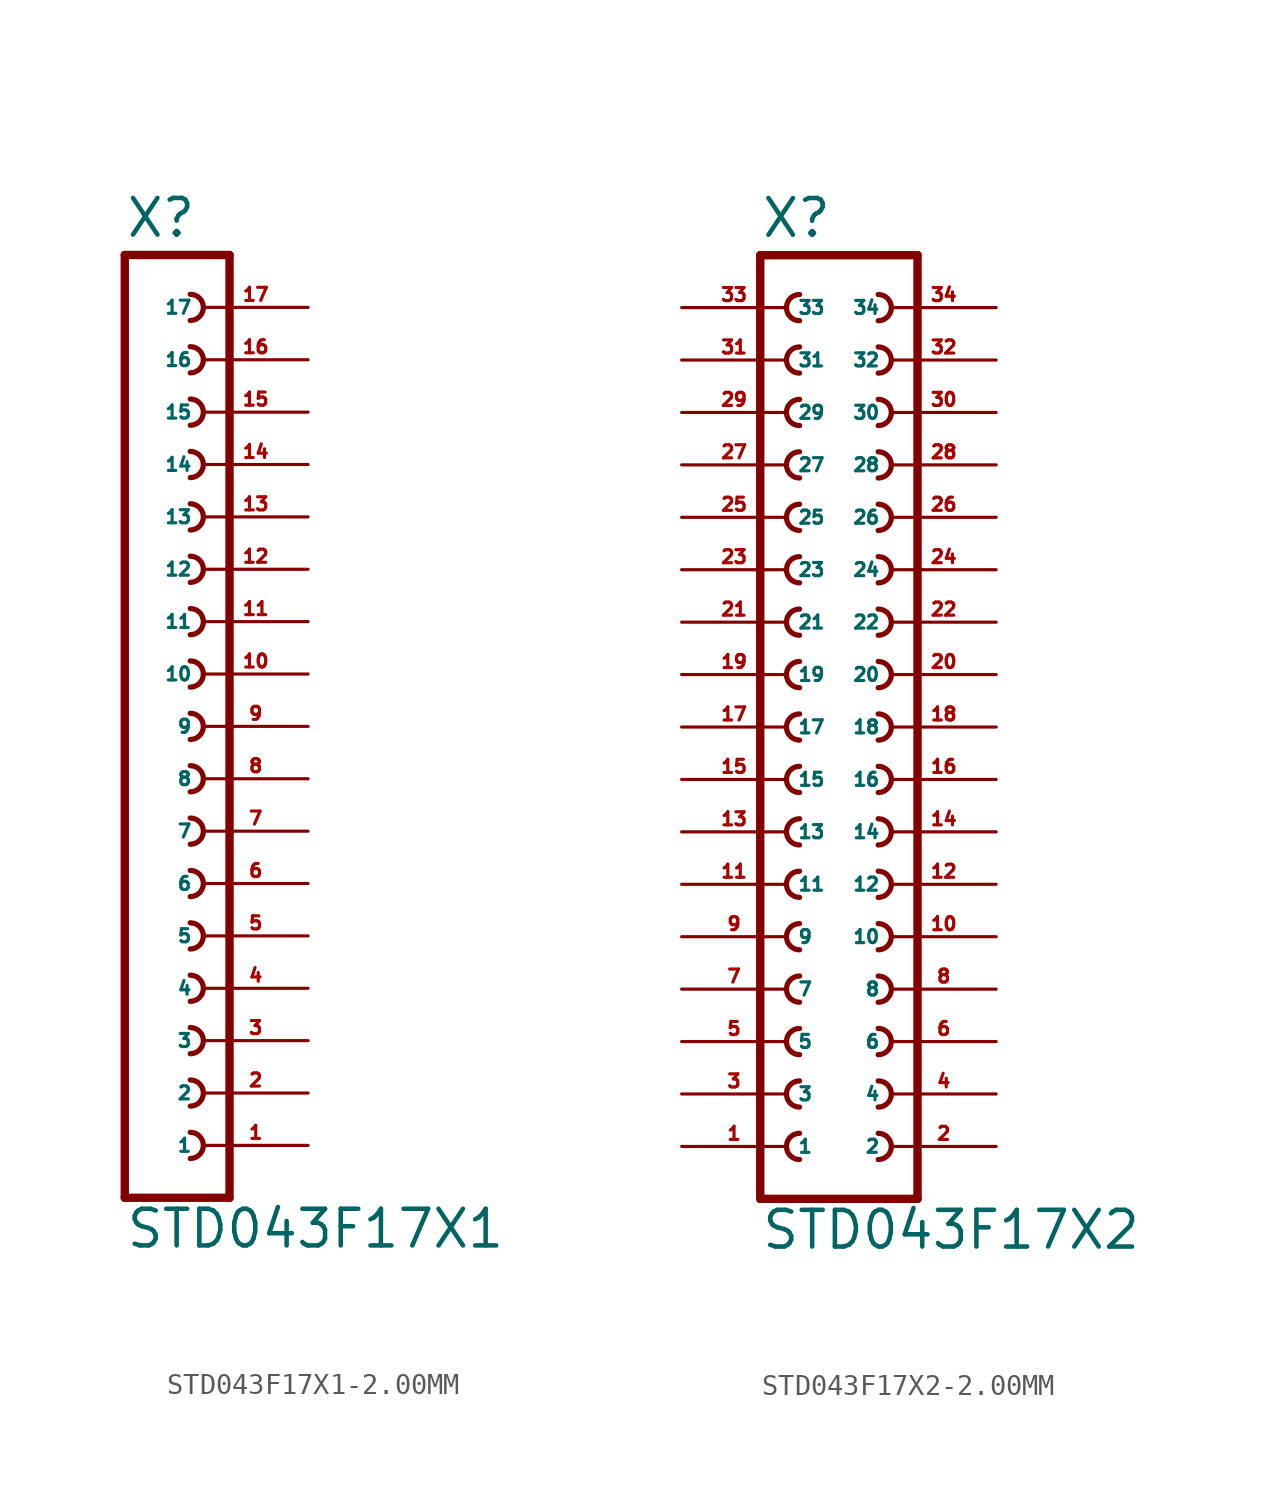
<source format=kicad_sym>
(kicad_symbol_lib
  (version 20220914)
  (generator Eagle2Kicad)
  (symbol "STD043F17X1-2.00MM"
    (property "Reference" "X"
      (at -1.27 23.622 0)
      (effects (font (size 1.778 1.778) (thickness 0.22)) (justify left bottom)))
    (property "Value" "STD043F17X1"
      (at -1.27 -25.4 0)
      (effects (font (size 1.778 1.778) (thickness 0.22)) (justify left bottom)))
    (polyline
      (pts (xy 3.81 -22.86) (xy -1.27 -22.86))
      (stroke (width 0.406) (type default))
      (fill (type none)))
    (arc
      (start 1.905 -13.335)
      (mid 2.540 -12.700)
      (end 1.905 -12.065)
      (stroke (width 0.254) (type default))
      (fill (type none)))
    (arc
      (start 1.905 -15.875)
      (mid 2.540 -15.240)
      (end 1.905 -14.605)
      (stroke (width 0.254) (type default))
      (fill (type none)))
    (arc
      (start 1.905 -18.415)
      (mid 2.540 -17.780)
      (end 1.905 -17.145)
      (stroke (width 0.254) (type default))
      (fill (type none)))
    (arc
      (start 1.905 -8.255)
      (mid 2.540 -7.620)
      (end 1.905 -6.985)
      (stroke (width 0.254) (type default))
      (fill (type none)))
    (arc
      (start 1.905 -10.795)
      (mid 2.540 -10.160)
      (end 1.905 -9.525)
      (stroke (width 0.254) (type default))
      (fill (type none)))
    (arc
      (start 1.905 -0.635)
      (mid 2.540 0.000)
      (end 1.905 0.635)
      (stroke (width 0.254) (type default))
      (fill (type none)))
    (arc
      (start 1.905 -3.175)
      (mid 2.540 -2.540)
      (end 1.905 -1.905)
      (stroke (width 0.254) (type default))
      (fill (type none)))
    (arc
      (start 1.905 -5.715)
      (mid 2.540 -5.080)
      (end 1.905 -4.445)
      (stroke (width 0.254) (type default))
      (fill (type none)))
    (arc
      (start 1.905 4.445)
      (mid 2.540 5.080)
      (end 1.905 5.715)
      (stroke (width 0.254) (type default))
      (fill (type none)))
    (arc
      (start 1.905 1.905)
      (mid 2.540 2.540)
      (end 1.905 3.175)
      (stroke (width 0.254) (type default))
      (fill (type none)))
    (arc
      (start 1.905 12.065)
      (mid 2.540 12.700)
      (end 1.905 13.335)
      (stroke (width 0.254) (type default))
      (fill (type none)))
    (arc
      (start 1.905 9.525)
      (mid 2.540 10.160)
      (end 1.905 10.795)
      (stroke (width 0.254) (type default))
      (fill (type none)))
    (arc
      (start 1.905 6.985)
      (mid 2.540 7.620)
      (end 1.905 8.255)
      (stroke (width 0.254) (type default))
      (fill (type none)))
    (arc
      (start 1.905 17.145)
      (mid 2.540 17.780)
      (end 1.905 18.415)
      (stroke (width 0.254) (type default))
      (fill (type none)))
    (arc
      (start 1.905 14.605)
      (mid 2.540 15.240)
      (end 1.905 15.875)
      (stroke (width 0.254) (type default))
      (fill (type none)))
    (polyline
      (pts (xy -1.27 22.86) (xy -1.27 -22.86))
      (stroke (width 0.406) (type default))
      (fill (type none)))
    (polyline
      (pts (xy 3.81 -22.86) (xy 3.81 22.86))
      (stroke (width 0.406) (type default))
      (fill (type none)))
    (polyline
      (pts (xy -1.27 22.86) (xy 3.81 22.86))
      (stroke (width 0.406) (type default))
      (fill (type none)))
    (arc
      (start 1.905 19.685)
      (mid 2.540 20.320)
      (end 1.905 20.955)
      (stroke (width 0.254) (type default))
      (fill (type none)))
    (arc
      (start 1.905 -20.955)
      (mid 2.540 -20.320)
      (end 1.905 -19.685)
      (stroke (width 0.254) (type default))
      (fill (type none)))
    (pin passive line
      (at 7.62 -20.32 180)
      (length 5.08)
      (name "1" (effects (font (size 0.635 0.635) (thickness 0.08)) (justify left bottom)))
      (number "1" (effects (font (size 0.635 0.635) (thickness 0.08)) (justify left bottom))))
    (pin passive line
      (at 7.62 -17.78 180)
      (length 5.08)
      (name "2" (effects (font (size 0.635 0.635) (thickness 0.08)) (justify left bottom)))
      (number "2" (effects (font (size 0.635 0.635) (thickness 0.08)) (justify left bottom))))
    (pin passive line
      (at 7.62 -15.24 180)
      (length 5.08)
      (name "3" (effects (font (size 0.635 0.635) (thickness 0.08)) (justify left bottom)))
      (number "3" (effects (font (size 0.635 0.635) (thickness 0.08)) (justify left bottom))))
    (pin passive line
      (at 7.62 -12.7 180)
      (length 5.08)
      (name "4" (effects (font (size 0.635 0.635) (thickness 0.08)) (justify left bottom)))
      (number "4" (effects (font (size 0.635 0.635) (thickness 0.08)) (justify left bottom))))
    (pin passive line
      (at 7.62 -10.16 180)
      (length 5.08)
      (name "5" (effects (font (size 0.635 0.635) (thickness 0.08)) (justify left bottom)))
      (number "5" (effects (font (size 0.635 0.635) (thickness 0.08)) (justify left bottom))))
    (pin passive line
      (at 7.62 -7.62 180)
      (length 5.08)
      (name "6" (effects (font (size 0.635 0.635) (thickness 0.08)) (justify left bottom)))
      (number "6" (effects (font (size 0.635 0.635) (thickness 0.08)) (justify left bottom))))
    (pin passive line
      (at 7.62 -5.08 180)
      (length 5.08)
      (name "7" (effects (font (size 0.635 0.635) (thickness 0.08)) (justify left bottom)))
      (number "7" (effects (font (size 0.635 0.635) (thickness 0.08)) (justify left bottom))))
    (pin passive line
      (at 7.62 -2.54 180)
      (length 5.08)
      (name "8" (effects (font (size 0.635 0.635) (thickness 0.08)) (justify left bottom)))
      (number "8" (effects (font (size 0.635 0.635) (thickness 0.08)) (justify left bottom))))
    (pin passive line
      (at 7.62 0 180)
      (length 5.08)
      (name "9" (effects (font (size 0.635 0.635) (thickness 0.08)) (justify left bottom)))
      (number "9" (effects (font (size 0.635 0.635) (thickness 0.08)) (justify left bottom))))
    (pin passive line
      (at 7.62 2.54 180)
      (length 5.08)
      (name "10" (effects (font (size 0.635 0.635) (thickness 0.08)) (justify left bottom)))
      (number "10" (effects (font (size 0.635 0.635) (thickness 0.08)) (justify left bottom))))
    (pin passive line
      (at 7.62 5.08 180)
      (length 5.08)
      (name "11" (effects (font (size 0.635 0.635) (thickness 0.08)) (justify left bottom)))
      (number "11" (effects (font (size 0.635 0.635) (thickness 0.08)) (justify left bottom))))
    (pin passive line
      (at 7.62 7.62 180)
      (length 5.08)
      (name "12" (effects (font (size 0.635 0.635) (thickness 0.08)) (justify left bottom)))
      (number "12" (effects (font (size 0.635 0.635) (thickness 0.08)) (justify left bottom))))
    (pin passive line
      (at 7.62 10.16 180)
      (length 5.08)
      (name "13" (effects (font (size 0.635 0.635) (thickness 0.08)) (justify left bottom)))
      (number "13" (effects (font (size 0.635 0.635) (thickness 0.08)) (justify left bottom))))
    (pin passive line
      (at 7.62 12.7 180)
      (length 5.08)
      (name "14" (effects (font (size 0.635 0.635) (thickness 0.08)) (justify left bottom)))
      (number "14" (effects (font (size 0.635 0.635) (thickness 0.08)) (justify left bottom))))
    (pin passive line
      (at 7.62 15.24 180)
      (length 5.08)
      (name "15" (effects (font (size 0.635 0.635) (thickness 0.08)) (justify left bottom)))
      (number "15" (effects (font (size 0.635 0.635) (thickness 0.08)) (justify left bottom))))
    (pin passive line
      (at 7.62 17.78 180)
      (length 5.08)
      (name "16" (effects (font (size 0.635 0.635) (thickness 0.08)) (justify left bottom)))
      (number "16" (effects (font (size 0.635 0.635) (thickness 0.08)) (justify left bottom))))
    (pin passive line
      (at 7.62 20.32 180)
      (length 5.08)
      (name "17" (effects (font (size 0.635 0.635) (thickness 0.08)) (justify left bottom)))
      (number "17" (effects (font (size 0.635 0.635) (thickness 0.08)) (justify left bottom)))))
  (symbol "STD043F17X2-2.00MM"
    (property "Reference" "X"
      (at -3.81 23.622 0)
      (effects (font (size 1.778 1.778) (thickness 0.22)) (justify left bottom)))
    (property "Value" "STD043F17X2"
      (at -3.81 -25.4 0)
      (effects (font (size 1.778 1.778) (thickness 0.22)) (justify left bottom)))
    (polyline
      (pts (xy 3.81 -22.86) (xy -3.81 -22.86))
      (stroke (width 0.406) (type default))
      (fill (type none)))
    (arc
      (start -1.905 -14.605)
      (mid -2.540 -15.240)
      (end -1.905 -15.875)
      (stroke (width 0.254) (type default))
      (fill (type none)))
    (arc
      (start -1.905 -17.145)
      (mid -2.540 -17.780)
      (end -1.905 -18.415)
      (stroke (width 0.254) (type default))
      (fill (type none)))
    (arc
      (start -1.905 -19.685)
      (mid -2.540 -20.320)
      (end -1.905 -20.955)
      (stroke (width 0.254) (type default))
      (fill (type none)))
    (arc
      (start 1.905 -15.875)
      (mid 2.540 -15.240)
      (end 1.905 -14.605)
      (stroke (width 0.254) (type default))
      (fill (type none)))
    (arc
      (start 1.905 -18.415)
      (mid 2.540 -17.780)
      (end 1.905 -17.145)
      (stroke (width 0.254) (type default))
      (fill (type none)))
    (arc
      (start 1.905 -20.955)
      (mid 2.540 -20.320)
      (end 1.905 -19.685)
      (stroke (width 0.254) (type default))
      (fill (type none)))
    (arc
      (start -1.905 -9.525)
      (mid -2.540 -10.160)
      (end -1.905 -10.795)
      (stroke (width 0.254) (type default))
      (fill (type none)))
    (arc
      (start -1.905 -12.065)
      (mid -2.540 -12.700)
      (end -1.905 -13.335)
      (stroke (width 0.254) (type default))
      (fill (type none)))
    (arc
      (start 1.905 -10.795)
      (mid 2.540 -10.160)
      (end 1.905 -9.525)
      (stroke (width 0.254) (type default))
      (fill (type none)))
    (arc
      (start 1.905 -13.335)
      (mid 2.540 -12.700)
      (end 1.905 -12.065)
      (stroke (width 0.254) (type default))
      (fill (type none)))
    (arc
      (start -1.905 -1.905)
      (mid -2.540 -2.540)
      (end -1.905 -3.175)
      (stroke (width 0.254) (type default))
      (fill (type none)))
    (arc
      (start -1.905 -4.445)
      (mid -2.540 -5.080)
      (end -1.905 -5.715)
      (stroke (width 0.254) (type default))
      (fill (type none)))
    (arc
      (start -1.905 -6.985)
      (mid -2.540 -7.620)
      (end -1.905 -8.255)
      (stroke (width 0.254) (type default))
      (fill (type none)))
    (arc
      (start 1.905 -3.175)
      (mid 2.540 -2.540)
      (end 1.905 -1.905)
      (stroke (width 0.254) (type default))
      (fill (type none)))
    (arc
      (start 1.905 -5.715)
      (mid 2.540 -5.080)
      (end 1.905 -4.445)
      (stroke (width 0.254) (type default))
      (fill (type none)))
    (arc
      (start 1.905 -8.255)
      (mid 2.540 -7.620)
      (end 1.905 -6.985)
      (stroke (width 0.254) (type default))
      (fill (type none)))
    (arc
      (start -1.905 3.175)
      (mid -2.540 2.540)
      (end -1.905 1.905)
      (stroke (width 0.254) (type default))
      (fill (type none)))
    (arc
      (start -1.905 0.635)
      (mid -2.540 0.000)
      (end -1.905 -0.635)
      (stroke (width 0.254) (type default))
      (fill (type none)))
    (arc
      (start 1.905 1.905)
      (mid 2.540 2.540)
      (end 1.905 3.175)
      (stroke (width 0.254) (type default))
      (fill (type none)))
    (arc
      (start 1.905 -0.635)
      (mid 2.540 0.000)
      (end 1.905 0.635)
      (stroke (width 0.254) (type default))
      (fill (type none)))
    (arc
      (start -1.905 10.795)
      (mid -2.540 10.160)
      (end -1.905 9.525)
      (stroke (width 0.254) (type default))
      (fill (type none)))
    (arc
      (start -1.905 8.255)
      (mid -2.540 7.620)
      (end -1.905 6.985)
      (stroke (width 0.254) (type default))
      (fill (type none)))
    (arc
      (start -1.905 5.715)
      (mid -2.540 5.080)
      (end -1.905 4.445)
      (stroke (width 0.254) (type default))
      (fill (type none)))
    (arc
      (start 1.905 9.525)
      (mid 2.540 10.160)
      (end 1.905 10.795)
      (stroke (width 0.254) (type default))
      (fill (type none)))
    (arc
      (start 1.905 6.985)
      (mid 2.540 7.620)
      (end 1.905 8.255)
      (stroke (width 0.254) (type default))
      (fill (type none)))
    (arc
      (start 1.905 4.445)
      (mid 2.540 5.080)
      (end 1.905 5.715)
      (stroke (width 0.254) (type default))
      (fill (type none)))
    (arc
      (start -1.905 15.875)
      (mid -2.540 15.240)
      (end -1.905 14.605)
      (stroke (width 0.254) (type default))
      (fill (type none)))
    (arc
      (start -1.905 13.335)
      (mid -2.540 12.700)
      (end -1.905 12.065)
      (stroke (width 0.254) (type default))
      (fill (type none)))
    (arc
      (start 1.905 14.605)
      (mid 2.540 15.240)
      (end 1.905 15.875)
      (stroke (width 0.254) (type default))
      (fill (type none)))
    (arc
      (start 1.905 12.065)
      (mid 2.540 12.700)
      (end 1.905 13.335)
      (stroke (width 0.254) (type default))
      (fill (type none)))
    (arc
      (start -1.905 20.955)
      (mid -2.540 20.320)
      (end -1.905 19.685)
      (stroke (width 0.254) (type default))
      (fill (type none)))
    (arc
      (start -1.905 18.415)
      (mid -2.540 17.780)
      (end -1.905 17.145)
      (stroke (width 0.254) (type default))
      (fill (type none)))
    (arc
      (start 1.905 19.685)
      (mid 2.540 20.320)
      (end 1.905 20.955)
      (stroke (width 0.254) (type default))
      (fill (type none)))
    (arc
      (start 1.905 17.145)
      (mid 2.540 17.780)
      (end 1.905 18.415)
      (stroke (width 0.254) (type default))
      (fill (type none)))
    (polyline
      (pts (xy -3.81 22.86) (xy -3.81 -22.86))
      (stroke (width 0.406) (type default))
      (fill (type none)))
    (polyline
      (pts (xy 3.81 -22.86) (xy 3.81 22.86))
      (stroke (width 0.406) (type default))
      (fill (type none)))
    (polyline
      (pts (xy -3.81 22.86) (xy 3.81 22.86))
      (stroke (width 0.406) (type default))
      (fill (type none)))
    (pin passive line
      (at -7.62 -20.32 0)
      (length 5.08)
      (name "1" (effects (font (size 0.635 0.635) (thickness 0.08)) (justify left bottom)))
      (number "1" (effects (font (size 0.635 0.635) (thickness 0.08)) (justify left bottom))))
    (pin passive line
      (at -7.62 -17.78 0)
      (length 5.08)
      (name "3" (effects (font (size 0.635 0.635) (thickness 0.08)) (justify left bottom)))
      (number "3" (effects (font (size 0.635 0.635) (thickness 0.08)) (justify left bottom))))
    (pin passive line
      (at -7.62 -15.24 0)
      (length 5.08)
      (name "5" (effects (font (size 0.635 0.635) (thickness 0.08)) (justify left bottom)))
      (number "5" (effects (font (size 0.635 0.635) (thickness 0.08)) (justify left bottom))))
    (pin passive line
      (at 7.62 -20.32 180)
      (length 5.08)
      (name "2" (effects (font (size 0.635 0.635) (thickness 0.08)) (justify left bottom)))
      (number "2" (effects (font (size 0.635 0.635) (thickness 0.08)) (justify left bottom))))
    (pin passive line
      (at 7.62 -17.78 180)
      (length 5.08)
      (name "4" (effects (font (size 0.635 0.635) (thickness 0.08)) (justify left bottom)))
      (number "4" (effects (font (size 0.635 0.635) (thickness 0.08)) (justify left bottom))))
    (pin passive line
      (at 7.62 -15.24 180)
      (length 5.08)
      (name "6" (effects (font (size 0.635 0.635) (thickness 0.08)) (justify left bottom)))
      (number "6" (effects (font (size 0.635 0.635) (thickness 0.08)) (justify left bottom))))
    (pin passive line
      (at -7.62 -12.7 0)
      (length 5.08)
      (name "7" (effects (font (size 0.635 0.635) (thickness 0.08)) (justify left bottom)))
      (number "7" (effects (font (size 0.635 0.635) (thickness 0.08)) (justify left bottom))))
    (pin passive line
      (at -7.62 -10.16 0)
      (length 5.08)
      (name "9" (effects (font (size 0.635 0.635) (thickness 0.08)) (justify left bottom)))
      (number "9" (effects (font (size 0.635 0.635) (thickness 0.08)) (justify left bottom))))
    (pin passive line
      (at 7.62 -12.7 180)
      (length 5.08)
      (name "8" (effects (font (size 0.635 0.635) (thickness 0.08)) (justify left bottom)))
      (number "8" (effects (font (size 0.635 0.635) (thickness 0.08)) (justify left bottom))))
    (pin passive line
      (at 7.62 -10.16 180)
      (length 5.08)
      (name "10" (effects (font (size 0.635 0.635) (thickness 0.08)) (justify left bottom)))
      (number "10" (effects (font (size 0.635 0.635) (thickness 0.08)) (justify left bottom))))
    (pin passive line
      (at -7.62 -7.62 0)
      (length 5.08)
      (name "11" (effects (font (size 0.635 0.635) (thickness 0.08)) (justify left bottom)))
      (number "11" (effects (font (size 0.635 0.635) (thickness 0.08)) (justify left bottom))))
    (pin passive line
      (at -7.62 -5.08 0)
      (length 5.08)
      (name "13" (effects (font (size 0.635 0.635) (thickness 0.08)) (justify left bottom)))
      (number "13" (effects (font (size 0.635 0.635) (thickness 0.08)) (justify left bottom))))
    (pin passive line
      (at -7.62 -2.54 0)
      (length 5.08)
      (name "15" (effects (font (size 0.635 0.635) (thickness 0.08)) (justify left bottom)))
      (number "15" (effects (font (size 0.635 0.635) (thickness 0.08)) (justify left bottom))))
    (pin passive line
      (at 7.62 -7.62 180)
      (length 5.08)
      (name "12" (effects (font (size 0.635 0.635) (thickness 0.08)) (justify left bottom)))
      (number "12" (effects (font (size 0.635 0.635) (thickness 0.08)) (justify left bottom))))
    (pin passive line
      (at 7.62 -5.08 180)
      (length 5.08)
      (name "14" (effects (font (size 0.635 0.635) (thickness 0.08)) (justify left bottom)))
      (number "14" (effects (font (size 0.635 0.635) (thickness 0.08)) (justify left bottom))))
    (pin passive line
      (at 7.62 -2.54 180)
      (length 5.08)
      (name "16" (effects (font (size 0.635 0.635) (thickness 0.08)) (justify left bottom)))
      (number "16" (effects (font (size 0.635 0.635) (thickness 0.08)) (justify left bottom))))
    (pin passive line
      (at -7.62 0 0)
      (length 5.08)
      (name "17" (effects (font (size 0.635 0.635) (thickness 0.08)) (justify left bottom)))
      (number "17" (effects (font (size 0.635 0.635) (thickness 0.08)) (justify left bottom))))
    (pin passive line
      (at -7.62 2.54 0)
      (length 5.08)
      (name "19" (effects (font (size 0.635 0.635) (thickness 0.08)) (justify left bottom)))
      (number "19" (effects (font (size 0.635 0.635) (thickness 0.08)) (justify left bottom))))
    (pin passive line
      (at 7.62 0 180)
      (length 5.08)
      (name "18" (effects (font (size 0.635 0.635) (thickness 0.08)) (justify left bottom)))
      (number "18" (effects (font (size 0.635 0.635) (thickness 0.08)) (justify left bottom))))
    (pin passive line
      (at 7.62 2.54 180)
      (length 5.08)
      (name "20" (effects (font (size 0.635 0.635) (thickness 0.08)) (justify left bottom)))
      (number "20" (effects (font (size 0.635 0.635) (thickness 0.08)) (justify left bottom))))
    (pin passive line
      (at -7.62 5.08 0)
      (length 5.08)
      (name "21" (effects (font (size 0.635 0.635) (thickness 0.08)) (justify left bottom)))
      (number "21" (effects (font (size 0.635 0.635) (thickness 0.08)) (justify left bottom))))
    (pin passive line
      (at -7.62 7.62 0)
      (length 5.08)
      (name "23" (effects (font (size 0.635 0.635) (thickness 0.08)) (justify left bottom)))
      (number "23" (effects (font (size 0.635 0.635) (thickness 0.08)) (justify left bottom))))
    (pin passive line
      (at -7.62 10.16 0)
      (length 5.08)
      (name "25" (effects (font (size 0.635 0.635) (thickness 0.08)) (justify left bottom)))
      (number "25" (effects (font (size 0.635 0.635) (thickness 0.08)) (justify left bottom))))
    (pin passive line
      (at 7.62 5.08 180)
      (length 5.08)
      (name "22" (effects (font (size 0.635 0.635) (thickness 0.08)) (justify left bottom)))
      (number "22" (effects (font (size 0.635 0.635) (thickness 0.08)) (justify left bottom))))
    (pin passive line
      (at 7.62 7.62 180)
      (length 5.08)
      (name "24" (effects (font (size 0.635 0.635) (thickness 0.08)) (justify left bottom)))
      (number "24" (effects (font (size 0.635 0.635) (thickness 0.08)) (justify left bottom))))
    (pin passive line
      (at 7.62 10.16 180)
      (length 5.08)
      (name "26" (effects (font (size 0.635 0.635) (thickness 0.08)) (justify left bottom)))
      (number "26" (effects (font (size 0.635 0.635) (thickness 0.08)) (justify left bottom))))
    (pin passive line
      (at -7.62 12.7 0)
      (length 5.08)
      (name "27" (effects (font (size 0.635 0.635) (thickness 0.08)) (justify left bottom)))
      (number "27" (effects (font (size 0.635 0.635) (thickness 0.08)) (justify left bottom))))
    (pin passive line
      (at -7.62 15.24 0)
      (length 5.08)
      (name "29" (effects (font (size 0.635 0.635) (thickness 0.08)) (justify left bottom)))
      (number "29" (effects (font (size 0.635 0.635) (thickness 0.08)) (justify left bottom))))
    (pin passive line
      (at 7.62 12.7 180)
      (length 5.08)
      (name "28" (effects (font (size 0.635 0.635) (thickness 0.08)) (justify left bottom)))
      (number "28" (effects (font (size 0.635 0.635) (thickness 0.08)) (justify left bottom))))
    (pin passive line
      (at 7.62 15.24 180)
      (length 5.08)
      (name "30" (effects (font (size 0.635 0.635) (thickness 0.08)) (justify left bottom)))
      (number "30" (effects (font (size 0.635 0.635) (thickness 0.08)) (justify left bottom))))
    (pin passive line
      (at -7.62 17.78 0)
      (length 5.08)
      (name "31" (effects (font (size 0.635 0.635) (thickness 0.08)) (justify left bottom)))
      (number "31" (effects (font (size 0.635 0.635) (thickness 0.08)) (justify left bottom))))
    (pin passive line
      (at -7.62 20.32 0)
      (length 5.08)
      (name "33" (effects (font (size 0.635 0.635) (thickness 0.08)) (justify left bottom)))
      (number "33" (effects (font (size 0.635 0.635) (thickness 0.08)) (justify left bottom))))
    (pin passive line
      (at 7.62 17.78 180)
      (length 5.08)
      (name "32" (effects (font (size 0.635 0.635) (thickness 0.08)) (justify left bottom)))
      (number "32" (effects (font (size 0.635 0.635) (thickness 0.08)) (justify left bottom))))
    (pin passive line
      (at 7.62 20.32 180)
      (length 5.08)
      (name "34" (effects (font (size 0.635 0.635) (thickness 0.08)) (justify left bottom)))
      (number "34" (effects (font (size 0.635 0.635) (thickness 0.08)) (justify left bottom))))))
</source>
